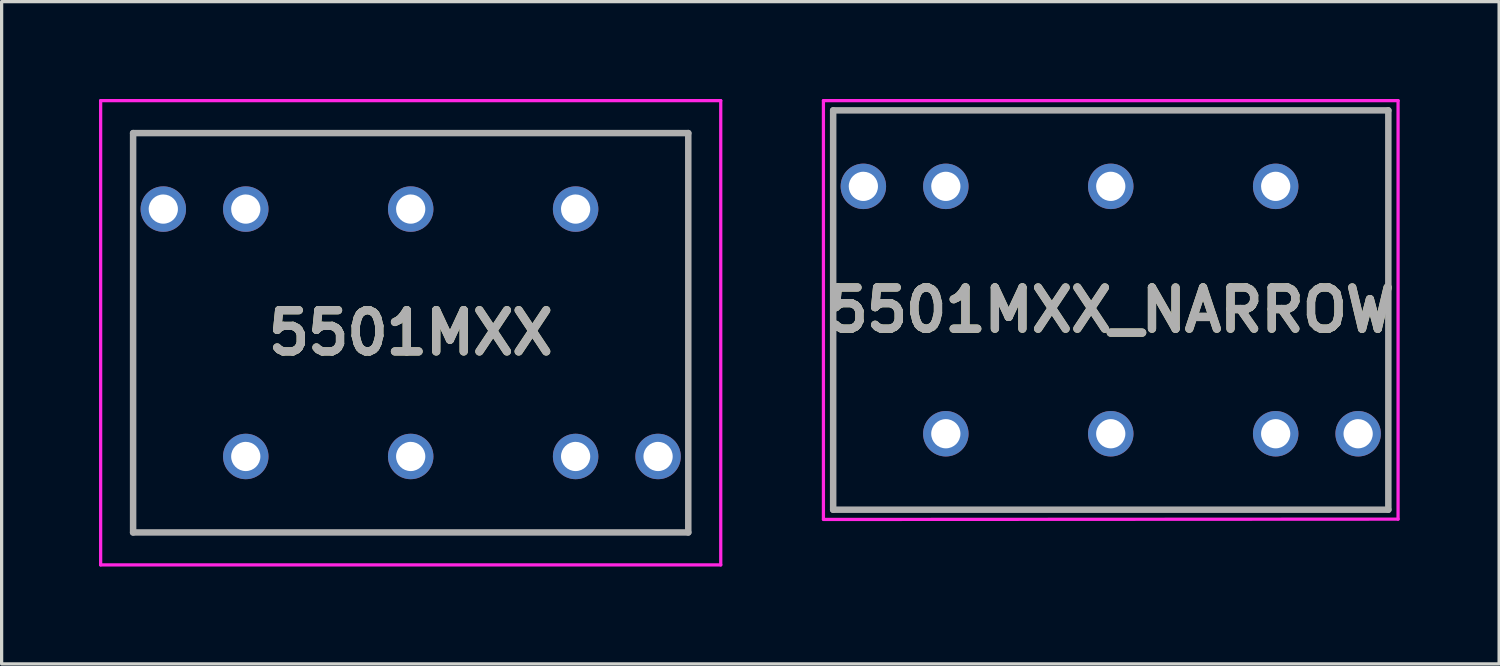
<source format=kicad_pcb>
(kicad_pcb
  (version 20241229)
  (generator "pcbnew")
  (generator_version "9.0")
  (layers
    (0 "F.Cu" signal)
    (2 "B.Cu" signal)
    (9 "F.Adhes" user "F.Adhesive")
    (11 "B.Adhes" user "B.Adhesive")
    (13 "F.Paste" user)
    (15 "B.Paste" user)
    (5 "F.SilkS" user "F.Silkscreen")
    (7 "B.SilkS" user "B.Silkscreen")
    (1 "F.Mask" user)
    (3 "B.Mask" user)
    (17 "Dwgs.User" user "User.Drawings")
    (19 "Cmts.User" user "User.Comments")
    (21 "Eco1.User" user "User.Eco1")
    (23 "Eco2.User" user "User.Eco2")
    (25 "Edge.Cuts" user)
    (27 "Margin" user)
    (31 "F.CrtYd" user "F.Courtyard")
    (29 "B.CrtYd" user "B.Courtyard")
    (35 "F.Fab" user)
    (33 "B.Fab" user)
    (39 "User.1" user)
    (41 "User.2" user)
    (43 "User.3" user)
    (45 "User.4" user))
  (footprint "5501MXX_NARROW"
    (layer "F.Cu")
    (at 31.163 2.69)
    (property "Reference" "5501MXX_NARROW" (at 0 3.81 180) (layer "F.SilkS") (effects (font (size 1.27 1.27) (thickness 0.254))))
    (attr through_hole)
    (fp_line (start -8.55 -2.34) (end 8.55 -2.34) (stroke (width 0.1) (type solid)) (layer "F.SilkS"))
    (fp_line (start -8.55 9.96) (end -8.55 -2.34) (stroke (width 0.1) (type solid)) (layer "F.SilkS"))
    (fp_line (start 8.55 -2.34) (end 8.55 9.96) (stroke (width 0.1) (type solid)) (layer "F.SilkS"))
    (fp_line (start 8.55 9.96) (end -8.55 9.96) (stroke (width 0.1) (type solid)) (layer "F.SilkS"))
    (fp_line (start -8.85 -2.64) (end 8.85 -2.64) (stroke (width 0.1) (type solid)) (layer "F.CrtYd"))
    (fp_line (start -8.85 10.25) (end -8.85 -2.64) (stroke (width 0.1) (type solid)) (layer "F.CrtYd"))
    (fp_line (start 8.85 -2.64) (end 8.85 10.25) (stroke (width 0.1) (type solid)) (layer "F.CrtYd"))
    (fp_line (start 8.85 10.25) (end -8.85 10.26) (stroke (width 0.1) (type solid)) (layer "F.CrtYd"))
    (fp_line (start -8.55 -2.34) (end 8.55 -2.34) (stroke (width 0.2) (type solid)) (layer "F.Fab"))
    (fp_line (start -8.55 9.96) (end -8.55 -2.34) (stroke (width 0.2) (type solid)) (layer "F.Fab"))
    (fp_line (start 8.55 -2.34) (end 8.55 9.96) (stroke (width 0.2) (type solid)) (layer "F.Fab"))
    (fp_line (start 8.55 9.96) (end -8.55 9.96) (stroke (width 0.2) (type solid)) (layer "F.Fab"))
    (fp_text user "${REFERENCE}" (at 0 3.81 180) (layer "F.Fab") (effects (font (size 1.27 1.27) (thickness 0.254))))
    (pad "1" thru_hole circle (at 0 0) (size 1.4 1.4) (drill 0.9) (layers "*.Cu" "*.Mask"))
    (pad "1" thru_hole circle (at 0 7.62) (size 1.4 1.4) (drill 0.9) (layers "*.Cu" "*.Mask"))
    (pad "2" thru_hole circle (at 5.08 7.62) (size 1.4 1.4) (drill 0.9) (layers "*.Cu" "*.Mask"))
    (pad "3" thru_hole circle (at 5.08 0) (size 1.4 1.4) (drill 0.9) (layers "*.Cu" "*.Mask"))
    (pad "4" thru_hole circle (at -5.08 7.62) (size 1.4 1.4) (drill 0.9) (layers "*.Cu" "*.Mask"))
    (pad "5" thru_hole circle (at -5.08 0) (size 1.4 1.4) (drill 0.9) (layers "*.Cu" "*.Mask"))
    (pad "MH1" thru_hole circle (at -7.62 0) (size 1.4 1.4) (drill 0.9) (layers "*.Cu" "*.Mask"))
    (pad "MH2" thru_hole circle (at 7.62 7.62) (size 1.4 1.4) (drill 0.9) (layers "*.Cu" "*.Mask")))
  (footprint "5501MXX"
    (layer "F.Cu")
    (at 9.6 3.39)
    (property "Reference" "5501MXX" (at 0 3.81 0) (layer "F.SilkS") (effects (font (size 1.27 1.27) (thickness 0.254))))
    (attr through_hole)
    (fp_line (start -8.55 -2.34) (end 8.55 -2.34) (stroke (width 0.1) (type solid)) (layer "F.SilkS"))
    (fp_line (start -8.55 9.96) (end -8.55 -2.34) (stroke (width 0.1) (type solid)) (layer "F.SilkS"))
    (fp_line (start 8.55 -2.34) (end 8.55 9.96) (stroke (width 0.1) (type solid)) (layer "F.SilkS"))
    (fp_line (start 8.55 9.96) (end -8.55 9.96) (stroke (width 0.1) (type solid)) (layer "F.SilkS"))
    (fp_line (start -9.55 -3.34) (end 9.55 -3.34) (stroke (width 0.1) (type solid)) (layer "F.CrtYd"))
    (fp_line (start -9.55 10.96) (end -9.55 -3.34) (stroke (width 0.1) (type solid)) (layer "F.CrtYd"))
    (fp_line (start 9.55 -3.34) (end 9.55 10.96) (stroke (width 0.1) (type solid)) (layer "F.CrtYd"))
    (fp_line (start 9.55 10.96) (end -9.55 10.96) (stroke (width 0.1) (type solid)) (layer "F.CrtYd"))
    (fp_line (start -8.55 -2.34) (end 8.55 -2.34) (stroke (width 0.2) (type solid)) (layer "F.Fab"))
    (fp_line (start -8.55 9.96) (end -8.55 -2.34) (stroke (width 0.2) (type solid)) (layer "F.Fab"))
    (fp_line (start 8.55 -2.34) (end 8.55 9.96) (stroke (width 0.2) (type solid)) (layer "F.Fab"))
    (fp_line (start 8.55 9.96) (end -8.55 9.96) (stroke (width 0.2) (type solid)) (layer "F.Fab"))
    (fp_text user "${REFERENCE}" (at 0 3.81 0) (layer "F.Fab") (effects (font (size 1.27 1.27) (thickness 0.254))))
    (pad "1" thru_hole circle (at 0 0) (size 1.4 1.4) (drill 0.9) (layers "*.Cu" "*.Mask"))
    (pad "1" thru_hole circle (at 0 7.62) (size 1.4 1.4) (drill 0.9) (layers "*.Cu" "*.Mask"))
    (pad "2" thru_hole circle (at 5.08 7.62) (size 1.4 1.4) (drill 0.9) (layers "*.Cu" "*.Mask"))
    (pad "3" thru_hole circle (at 5.08 0) (size 1.4 1.4) (drill 0.9) (layers "*.Cu" "*.Mask"))
    (pad "4" thru_hole circle (at -5.08 7.62) (size 1.4 1.4) (drill 0.9) (layers "*.Cu" "*.Mask"))
    (pad "5" thru_hole circle (at -5.08 0) (size 1.4 1.4) (drill 0.9) (layers "*.Cu" "*.Mask"))
    (pad "MH1" thru_hole circle (at -7.62 0) (size 1.4 1.4) (drill 0.9) (layers "*.Cu" "*.Mask"))
    (pad "MH2" thru_hole circle (at 7.62 7.62) (size 1.4 1.4) (drill 0.9) (layers "*.Cu" "*.Mask")))
  (gr_rect
    (start -3 -3)
    (end 43.125 17.4)
    (stroke (width 0.1) (type default))
    (fill no)
    (layer "Edge.Cuts")))
</source>
